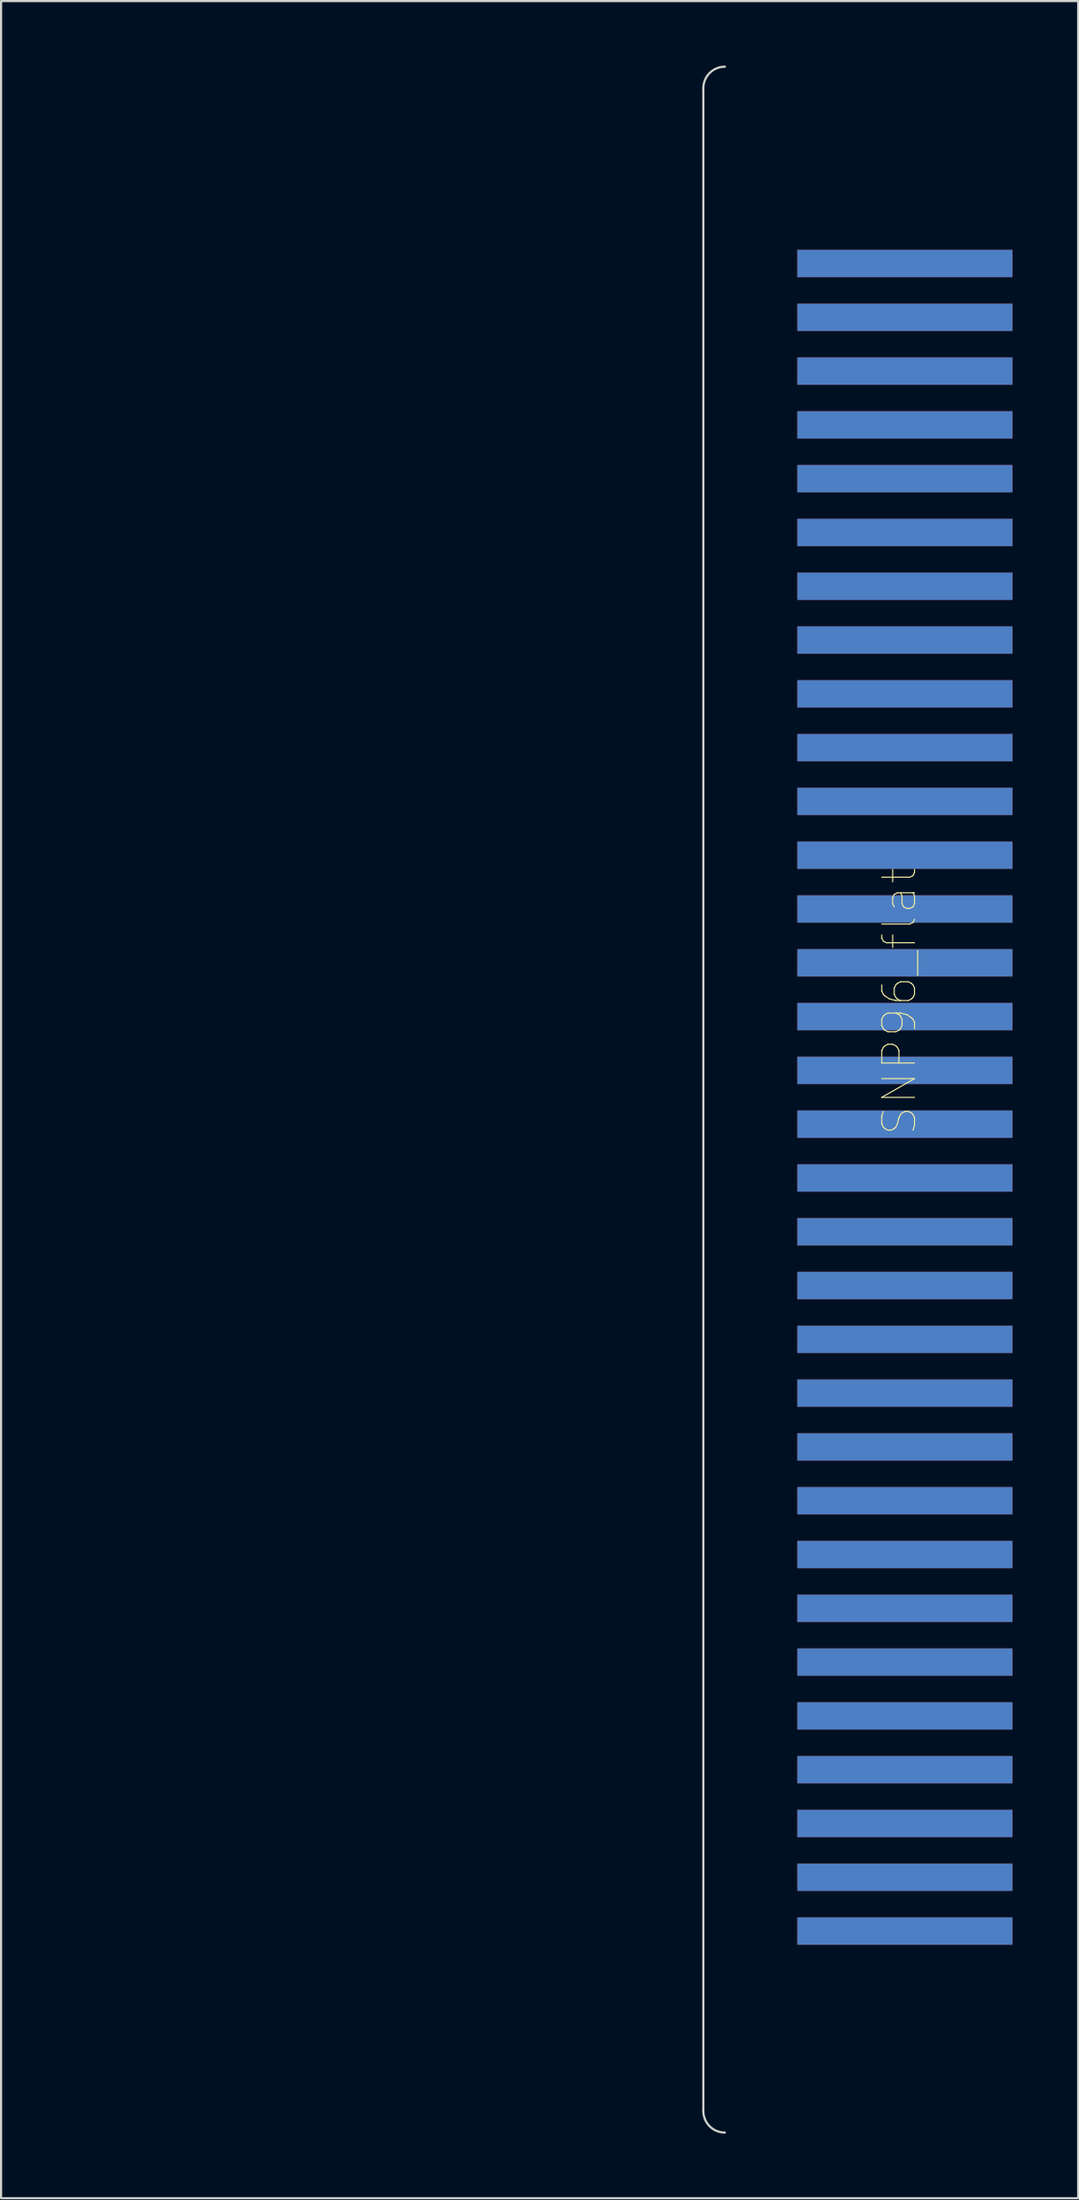
<source format=kicad_pcb>
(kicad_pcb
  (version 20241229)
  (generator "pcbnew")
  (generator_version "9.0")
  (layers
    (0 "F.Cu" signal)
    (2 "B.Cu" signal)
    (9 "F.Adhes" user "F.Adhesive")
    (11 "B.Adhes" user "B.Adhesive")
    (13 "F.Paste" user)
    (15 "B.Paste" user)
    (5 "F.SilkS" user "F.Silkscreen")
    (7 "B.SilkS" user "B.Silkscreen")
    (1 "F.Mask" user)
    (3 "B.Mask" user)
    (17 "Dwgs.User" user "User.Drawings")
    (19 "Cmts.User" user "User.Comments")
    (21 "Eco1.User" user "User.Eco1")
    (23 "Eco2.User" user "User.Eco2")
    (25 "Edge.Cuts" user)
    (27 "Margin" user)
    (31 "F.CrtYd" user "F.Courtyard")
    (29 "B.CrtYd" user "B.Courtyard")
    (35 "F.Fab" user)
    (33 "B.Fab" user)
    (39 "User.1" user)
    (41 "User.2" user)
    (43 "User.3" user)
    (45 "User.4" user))
  (footprint "SNP96_flat"
    (layer "F.Cu")
    (at 0.25 53.562)
    (property "Reference" "SNP96_flat" (at 38.516 -10.075 90) (layer "F.SilkS") (effects (font (size 1.524 1.524) (thickness 0.05))))
    (attr smd)
    (fp_rect (start 33.766 -45.025) (end 43.766 -43.725) (stroke (width 0.12) (type solid)) (fill yes) (layer "F.Mask"))
    (fp_rect (start 33.766 -42.525) (end 43.766 -41.225) (stroke (width 0.12) (type solid)) (fill yes) (layer "F.Mask"))
    (fp_rect (start 33.766 -40.025) (end 43.766 -38.725) (stroke (width 0.12) (type solid)) (fill yes) (layer "F.Mask"))
    (fp_rect (start 33.766 -37.525) (end 43.766 -36.225) (stroke (width 0.12) (type solid)) (fill yes) (layer "F.Mask"))
    (fp_rect (start 33.766 -35.025) (end 43.766 -33.725) (stroke (width 0.12) (type solid)) (fill yes) (layer "F.Mask"))
    (fp_rect (start 33.766 -32.525) (end 43.766 -31.225) (stroke (width 0.12) (type solid)) (fill yes) (layer "F.Mask"))
    (fp_rect (start 33.766 -30.025) (end 43.766 -28.725) (stroke (width 0.12) (type solid)) (fill yes) (layer "F.Mask"))
    (fp_rect (start 33.766 -27.525) (end 43.766 -26.225) (stroke (width 0.12) (type solid)) (fill yes) (layer "F.Mask"))
    (fp_rect (start 33.766 -25.025) (end 43.766 -23.725) (stroke (width 0.12) (type solid)) (fill yes) (layer "F.Mask"))
    (fp_rect (start 33.766 -22.525) (end 43.766 -21.225) (stroke (width 0.12) (type solid)) (fill yes) (layer "F.Mask"))
    (fp_rect (start 33.766 -20.025) (end 43.766 -18.725) (stroke (width 0.12) (type solid)) (fill yes) (layer "F.Mask"))
    (fp_rect (start 33.766 -17.525) (end 43.766 -16.225) (stroke (width 0.12) (type solid)) (fill yes) (layer "F.Mask"))
    (fp_rect (start 33.766 -15.025) (end 43.766 -13.725) (stroke (width 0.12) (type solid)) (fill yes) (layer "F.Mask"))
    (fp_rect (start 33.766 -12.525) (end 43.766 -11.225) (stroke (width 0.12) (type solid)) (fill yes) (layer "F.Mask"))
    (fp_rect (start 33.766 -10.025) (end 43.766 -8.725) (stroke (width 0.12) (type solid)) (fill yes) (layer "F.Mask"))
    (fp_rect (start 33.766 -7.525) (end 43.766 -6.225) (stroke (width 0.12) (type solid)) (fill yes) (layer "F.Mask"))
    (fp_rect (start 33.766 -5.025) (end 43.766 -3.725) (stroke (width 0.12) (type solid)) (fill yes) (layer "F.Mask"))
    (fp_rect (start 33.766 -2.525) (end 43.766 -1.225) (stroke (width 0.12) (type solid)) (fill yes) (layer "F.Mask"))
    (fp_rect (start 33.766 -0.025) (end 43.766 1.275) (stroke (width 0.12) (type solid)) (fill yes) (layer "F.Mask"))
    (fp_rect (start 33.766 2.475) (end 43.766 3.775) (stroke (width 0.12) (type solid)) (fill yes) (layer "F.Mask"))
    (fp_rect (start 33.766 4.975) (end 43.766 6.275) (stroke (width 0.12) (type solid)) (fill yes) (layer "F.Mask"))
    (fp_rect (start 33.766 7.475) (end 43.766 8.775) (stroke (width 0.12) (type solid)) (fill yes) (layer "F.Mask"))
    (fp_rect (start 33.766 9.975) (end 43.766 11.275) (stroke (width 0.12) (type solid)) (fill yes) (layer "F.Mask"))
    (fp_rect (start 33.766 12.475) (end 43.766 13.775) (stroke (width 0.12) (type solid)) (fill yes) (layer "F.Mask"))
    (fp_rect (start 33.766 14.975) (end 43.766 16.275) (stroke (width 0.12) (type solid)) (fill yes) (layer "F.Mask"))
    (fp_rect (start 33.766 17.475) (end 43.766 18.775) (stroke (width 0.12) (type solid)) (fill yes) (layer "F.Mask"))
    (fp_rect (start 33.766 19.975) (end 43.766 21.275) (stroke (width 0.12) (type solid)) (fill yes) (layer "F.Mask"))
    (fp_rect (start 33.766 22.475) (end 43.766 23.775) (stroke (width 0.12) (type solid)) (fill yes) (layer "F.Mask"))
    (fp_rect (start 33.766 24.975) (end 43.766 26.275) (stroke (width 0.12) (type solid)) (fill yes) (layer "F.Mask"))
    (fp_rect (start 33.766 27.475) (end 43.766 28.775) (stroke (width 0.12) (type solid)) (fill yes) (layer "F.Mask"))
    (fp_rect (start 33.766 29.975) (end 43.766 31.275) (stroke (width 0.12) (type solid)) (fill yes) (layer "F.Mask"))
    (fp_rect (start 33.766 32.475) (end 43.766 33.775) (stroke (width 0.12) (type solid)) (fill yes) (layer "F.Mask"))
    (fp_rect (start 33.766 -45.025) (end 43.766 -43.725) (stroke (width 0.12) (type solid)) (fill yes) (layer "B.Mask"))
    (fp_rect (start 33.766 -42.525) (end 43.766 -41.225) (stroke (width 0.12) (type solid)) (fill yes) (layer "B.Mask"))
    (fp_rect (start 33.766 -40.025) (end 43.766 -38.725) (stroke (width 0.12) (type solid)) (fill yes) (layer "B.Mask"))
    (fp_rect (start 33.766 -37.525) (end 43.766 -36.225) (stroke (width 0.12) (type solid)) (fill yes) (layer "B.Mask"))
    (fp_rect (start 33.766 -35.025) (end 43.766 -33.725) (stroke (width 0.12) (type solid)) (fill yes) (layer "B.Mask"))
    (fp_rect (start 33.766 -32.525) (end 43.766 -31.225) (stroke (width 0.12) (type solid)) (fill yes) (layer "B.Mask"))
    (fp_rect (start 33.766 -30.025) (end 43.766 -28.725) (stroke (width 0.12) (type solid)) (fill yes) (layer "B.Mask"))
    (fp_rect (start 33.766 -27.525) (end 43.766 -26.225) (stroke (width 0.12) (type solid)) (fill yes) (layer "B.Mask"))
    (fp_rect (start 33.766 -25.025) (end 43.766 -23.725) (stroke (width 0.12) (type solid)) (fill yes) (layer "B.Mask"))
    (fp_rect (start 33.766 -22.525) (end 43.766 -21.225) (stroke (width 0.12) (type solid)) (fill yes) (layer "B.Mask"))
    (fp_rect (start 33.766 -20.025) (end 43.766 -18.725) (stroke (width 0.12) (type solid)) (fill yes) (layer "B.Mask"))
    (fp_rect (start 33.766 -17.525) (end 43.766 -16.225) (stroke (width 0.12) (type solid)) (fill yes) (layer "B.Mask"))
    (fp_rect (start 33.766 -15.025) (end 43.766 -13.725) (stroke (width 0.12) (type solid)) (fill yes) (layer "B.Mask"))
    (fp_rect (start 33.766 -12.525) (end 43.766 -11.225) (stroke (width 0.12) (type solid)) (fill yes) (layer "B.Mask"))
    (fp_rect (start 33.766 -10.025) (end 43.766 -8.725) (stroke (width 0.12) (type solid)) (fill yes) (layer "B.Mask"))
    (fp_rect (start 33.766 -7.525) (end 43.766 -6.225) (stroke (width 0.12) (type solid)) (fill yes) (layer "B.Mask"))
    (fp_rect (start 33.766 -5.025) (end 43.766 -3.725) (stroke (width 0.12) (type solid)) (fill yes) (layer "B.Mask"))
    (fp_rect (start 33.766 -2.525) (end 43.766 -1.225) (stroke (width 0.12) (type solid)) (fill yes) (layer "B.Mask"))
    (fp_rect (start 33.766 -0.025) (end 43.766 1.275) (stroke (width 0.12) (type solid)) (fill yes) (layer "B.Mask"))
    (fp_rect (start 33.766 2.475) (end 43.766 3.775) (stroke (width 0.12) (type solid)) (fill yes) (layer "B.Mask"))
    (fp_rect (start 33.766 4.975) (end 43.766 6.275) (stroke (width 0.12) (type solid)) (fill yes) (layer "B.Mask"))
    (fp_rect (start 33.766 7.475) (end 43.766 8.775) (stroke (width 0.12) (type solid)) (fill yes) (layer "B.Mask"))
    (fp_rect (start 33.766 9.975) (end 43.766 11.275) (stroke (width 0.12) (type solid)) (fill yes) (layer "B.Mask"))
    (fp_rect (start 33.766 12.475) (end 43.766 13.775) (stroke (width 0.12) (type solid)) (fill yes) (layer "B.Mask"))
    (fp_rect (start 33.766 14.975) (end 43.766 16.275) (stroke (width 0.12) (type solid)) (fill yes) (layer "B.Mask"))
    (fp_rect (start 33.766 17.475) (end 43.766 18.775) (stroke (width 0.12) (type solid)) (fill yes) (layer "B.Mask"))
    (fp_rect (start 33.766 19.975) (end 43.766 21.275) (stroke (width 0.12) (type solid)) (fill yes) (layer "B.Mask"))
    (fp_rect (start 33.766 22.475) (end 43.766 23.775) (stroke (width 0.12) (type solid)) (fill yes) (layer "B.Mask"))
    (fp_rect (start 33.766 24.975) (end 43.766 26.275) (stroke (width 0.12) (type solid)) (fill yes) (layer "B.Mask"))
    (fp_rect (start 33.766 27.475) (end 43.766 28.775) (stroke (width 0.12) (type solid)) (fill yes) (layer "B.Mask"))
    (fp_rect (start 33.766 29.975) (end 43.766 31.275) (stroke (width 0.12) (type solid)) (fill yes) (layer "B.Mask"))
    (fp_rect (start 33.766 32.475) (end 43.766 33.775) (stroke (width 0.12) (type solid)) (fill yes) (layer "B.Mask"))
    (fp_line (start 29.4 41.5) (end 29.4 -52.512) (stroke (width 0.1) (type default)) (layer "Edge.Cuts"))
    (fp_arc (start 29.4 -52.512) (mid 29.692893 -53.219107) (end 30.4 -53.512) (stroke (width 0.1) (type default)) (layer "Edge.Cuts"))
    (fp_arc (start 30.4 42.5) (mid 29.692893 42.207107) (end 29.4 41.5) (stroke (width 0.1) (type default)) (layer "Edge.Cuts"))
    (pad "1" smd rect (at 38.77 -44.365 270) (size 1.27 10) (layers "F.Cu"))
    (pad "2" smd rect (at 38.77 -41.865 270) (size 1.27 10) (layers "F.Cu"))
    (pad "3" smd rect (at 38.77 -39.365 270) (size 1.27 10) (layers "F.Cu"))
    (pad "4" smd rect (at 38.77 -36.865 270) (size 1.27 10) (layers "F.Cu"))
    (pad "5" smd rect (at 38.77 -34.365 270) (size 1.27 10) (layers "F.Cu"))
    (pad "6" smd rect (at 38.77 -31.865 270) (size 1.27 10) (layers "F.Cu"))
    (pad "7" smd rect (at 38.77 -29.365 270) (size 1.27 10) (layers "F.Cu"))
    (pad "8" smd rect (at 38.77 -26.865 270) (size 1.27 10) (layers "F.Cu"))
    (pad "9" smd rect (at 38.77 -24.365 270) (size 1.27 10) (layers "F.Cu"))
    (pad "10" smd rect (at 38.77 -21.865 270) (size 1.27 10) (layers "F.Cu"))
    (pad "11" smd rect (at 38.77 -19.365 270) (size 1.27 10) (layers "F.Cu"))
    (pad "12" smd rect (at 38.77 -16.865 270) (size 1.27 10) (layers "F.Cu"))
    (pad "13" smd rect (at 38.77 -14.365 270) (size 1.27 10) (layers "F.Cu"))
    (pad "14" smd rect (at 38.77 -11.865 270) (size 1.27 10) (layers "F.Cu"))
    (pad "15" smd rect (at 38.77 -9.365 270) (size 1.27 10) (layers "F.Cu"))
    (pad "16" smd rect (at 38.77 -6.865 270) (size 1.27 10) (layers "F.Cu"))
    (pad "17" smd rect (at 38.77 -4.365 270) (size 1.27 10) (layers "F.Cu"))
    (pad "18" smd rect (at 38.77 -1.865 270) (size 1.27 10) (layers "F.Cu"))
    (pad "19" smd rect (at 38.77 0.635 270) (size 1.27 10) (layers "F.Cu"))
    (pad "20" smd rect (at 38.77 3.135 270) (size 1.27 10) (layers "F.Cu"))
    (pad "21" smd rect (at 38.77 5.635 270) (size 1.27 10) (layers "F.Cu"))
    (pad "22" smd rect (at 38.77 8.135 270) (size 1.27 10) (layers "F.Cu"))
    (pad "23" smd rect (at 38.77 10.635 270) (size 1.27 10) (layers "F.Cu"))
    (pad "24" smd rect (at 38.77 13.135 270) (size 1.27 10) (layers "F.Cu"))
    (pad "25" smd rect (at 38.77 15.635 270) (size 1.27 10) (layers "F.Cu"))
    (pad "26" smd rect (at 38.77 18.135 270) (size 1.27 10) (layers "F.Cu"))
    (pad "27" smd rect (at 38.77 20.635 270) (size 1.27 10) (layers "F.Cu"))
    (pad "28" smd rect (at 38.77 23.135 270) (size 1.27 10) (layers "F.Cu"))
    (pad "29" smd rect (at 38.77 25.635 270) (size 1.27 10) (layers "F.Cu"))
    (pad "30" smd rect (at 38.77 28.135 270) (size 1.27 10) (layers "F.Cu"))
    (pad "31" smd rect (at 38.77 30.635 270) (size 1.27 10) (layers "F.Cu"))
    (pad "32" smd rect (at 38.77 33.135 270) (size 1.27 10) (layers "F.Cu"))
    (pad "33" smd rect (at 38.77 -44.365 270) (size 1.27 10) (layers "B.Cu"))
    (pad "34" smd rect (at 38.77 -41.865 270) (size 1.27 10) (layers "B.Cu"))
    (pad "35" smd rect (at 38.77 -39.365 270) (size 1.27 10) (layers "B.Cu"))
    (pad "36" smd rect (at 38.77 -36.865 270) (size 1.27 10) (layers "B.Cu"))
    (pad "37" smd rect (at 38.77 -34.365 270) (size 1.27 10) (layers "B.Cu"))
    (pad "38" smd rect (at 38.77 -31.865 270) (size 1.27 10) (layers "B.Cu"))
    (pad "39" smd rect (at 38.77 -29.365 270) (size 1.27 10) (layers "B.Cu"))
    (pad "40" smd rect (at 38.77 -26.865 270) (size 1.27 10) (layers "B.Cu"))
    (pad "41" smd rect (at 38.77 -24.365 270) (size 1.27 10) (layers "B.Cu"))
    (pad "42" smd rect (at 38.77 -21.865 270) (size 1.27 10) (layers "B.Cu"))
    (pad "43" smd rect (at 38.77 -19.365 270) (size 1.27 10) (layers "B.Cu"))
    (pad "44" smd rect (at 38.77 -16.865 270) (size 1.27 10) (layers "B.Cu"))
    (pad "45" smd rect (at 38.77 -14.365 270) (size 1.27 10) (layers "B.Cu"))
    (pad "46" smd rect (at 38.77 -11.865 270) (size 1.27 10) (layers "B.Cu"))
    (pad "47" smd rect (at 38.77 -9.365 270) (size 1.27 10) (layers "B.Cu"))
    (pad "48" smd rect (at 38.77 -6.865 270) (size 1.27 10) (layers "B.Cu"))
    (pad "49" smd rect (at 38.77 -4.365 270) (size 1.27 10) (layers "B.Cu"))
    (pad "50" smd rect (at 38.77 -1.865 270) (size 1.27 10) (layers "B.Cu"))
    (pad "51" smd rect (at 38.77 0.635 270) (size 1.27 10) (layers "B.Cu"))
    (pad "52" smd rect (at 38.77 3.135 270) (size 1.27 10) (layers "B.Cu"))
    (pad "53" smd rect (at 38.77 5.635 270) (size 1.27 10) (layers "B.Cu"))
    (pad "54" smd rect (at 38.77 8.135 270) (size 1.27 10) (layers "B.Cu"))
    (pad "55" smd rect (at 38.77 10.635 270) (size 1.27 10) (layers "B.Cu"))
    (pad "56" smd rect (at 38.77 13.135 270) (size 1.27 10) (layers "B.Cu"))
    (pad "57" smd rect (at 38.77 15.635 270) (size 1.27 10) (layers "B.Cu"))
    (pad "58" smd rect (at 38.77 18.135 270) (size 1.27 10) (layers "B.Cu"))
    (pad "59" smd rect (at 38.77 20.635 270) (size 1.27 10) (layers "B.Cu"))
    (pad "60" smd rect (at 38.77 23.135 270) (size 1.27 10) (layers "B.Cu"))
    (pad "61" smd rect (at 38.77 25.635 270) (size 1.27 10) (layers "B.Cu"))
    (pad "62" smd rect (at 38.77 28.135 270) (size 1.27 10) (layers "B.Cu"))
    (pad "63" smd rect (at 38.77 30.635 270) (size 1.27 10) (layers "B.Cu"))
    (pad "64" smd rect (at 38.77 33.135 270) (size 1.27 10) (layers "B.Cu")))
  (gr_rect
    (start -3 -3)
    (end 47.076 99.112)
    (stroke (width 0.1) (type default))
    (fill no)
    (layer "Edge.Cuts")))
</source>
